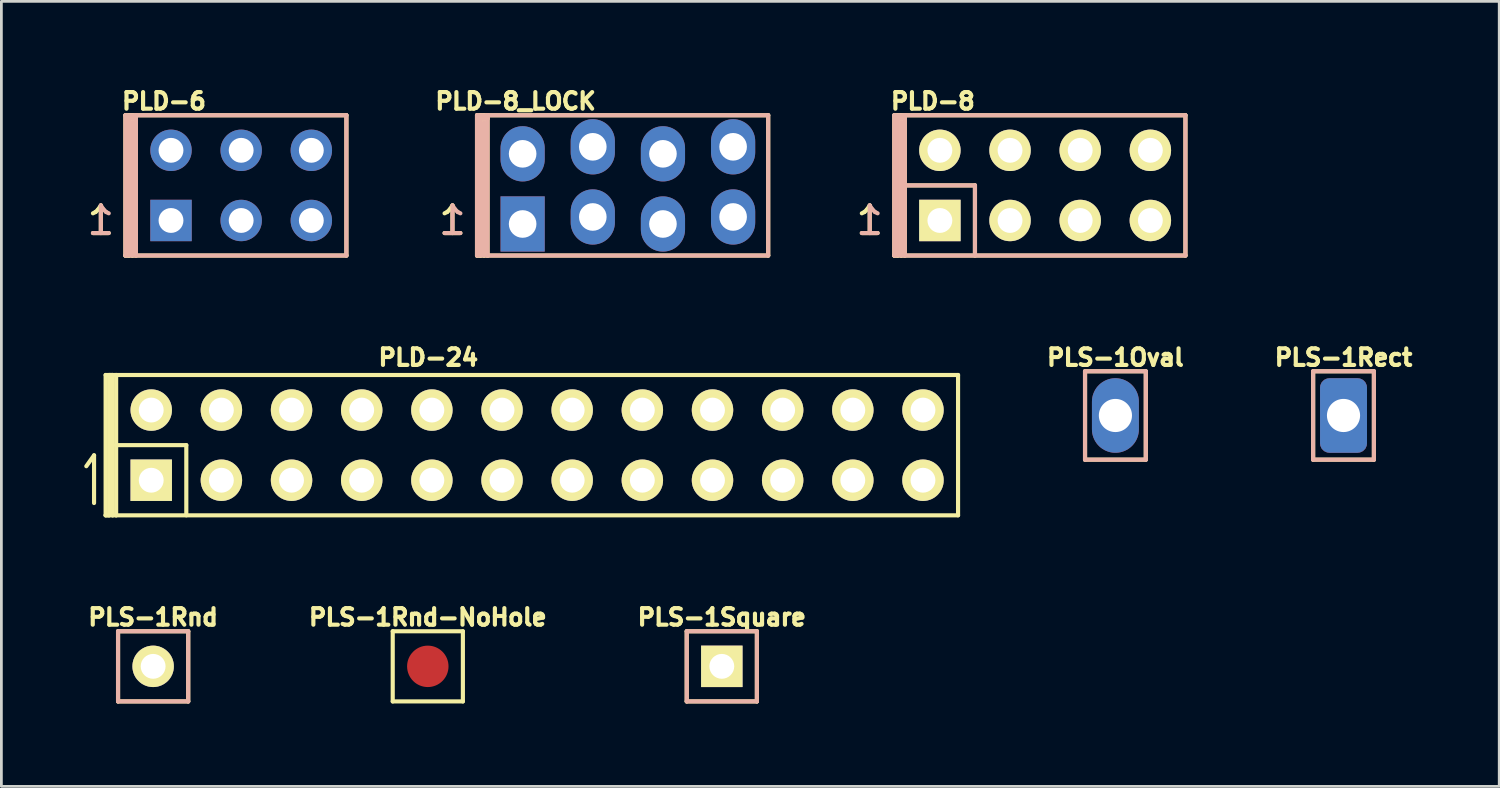
<source format=kicad_pcb>
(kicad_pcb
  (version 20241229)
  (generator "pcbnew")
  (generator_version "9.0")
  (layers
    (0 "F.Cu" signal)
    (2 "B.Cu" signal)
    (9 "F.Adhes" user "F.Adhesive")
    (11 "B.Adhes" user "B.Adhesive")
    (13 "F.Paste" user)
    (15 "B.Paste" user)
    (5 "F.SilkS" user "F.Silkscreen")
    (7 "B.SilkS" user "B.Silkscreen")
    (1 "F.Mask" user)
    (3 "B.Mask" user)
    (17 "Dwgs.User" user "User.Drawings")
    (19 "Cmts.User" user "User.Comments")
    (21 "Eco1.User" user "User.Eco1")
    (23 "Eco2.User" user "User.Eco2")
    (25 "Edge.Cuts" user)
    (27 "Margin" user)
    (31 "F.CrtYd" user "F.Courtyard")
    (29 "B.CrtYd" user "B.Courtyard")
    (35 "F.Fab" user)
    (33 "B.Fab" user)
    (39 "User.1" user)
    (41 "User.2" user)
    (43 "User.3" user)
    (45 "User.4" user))
  (footprint "PLS-1Oval"
    (layer "F.Cu")
    (at 37.332 11.992)
    (property "Reference" "PLS-1Oval" (at 0 -2.1 0) (layer "F.SilkS") (effects (font (size 0.6 0.6) (thickness 0.15))))
    (attr through_hole)
    (fp_line (start -1.1 -1.6) (end 1.1 -1.6) (stroke (width 0.15) (type solid)) (layer "F.SilkS"))
    (fp_line (start -1.1 1.6) (end -1.1 -1.6) (stroke (width 0.15) (type solid)) (layer "F.SilkS"))
    (fp_line (start 1.1 -1.6) (end 1.1 1.6) (stroke (width 0.15) (type solid)) (layer "F.SilkS"))
    (fp_line (start 1.1 1.6) (end -1.1 1.6) (stroke (width 0.15) (type solid)) (layer "F.SilkS"))
    (fp_line (start -1.1 -1.6) (end 1.1 -1.6) (stroke (width 0.15) (type solid)) (layer "B.SilkS"))
    (fp_line (start -1.1 1.6) (end -1.1 -1.6) (stroke (width 0.15) (type solid)) (layer "B.SilkS"))
    (fp_line (start 1.1 -1.6) (end 1.1 1.6) (stroke (width 0.15) (type solid)) (layer "B.SilkS"))
    (fp_line (start 1.1 1.6) (end -1.1 1.6) (stroke (width 0.15) (type solid)) (layer "B.SilkS"))
    (pad "1" thru_hole oval (at 0 0) (size 1.7 2.7) (drill 1.2) (layers "*.Cu" "*.Mask")))
  (footprint "PLS-1Square"
    (layer "F.Cu")
    (at 23.082 21.074)
    (property "Reference" "PLS-1Square" (at 0 -1.778 0) (layer "F.SilkS") (effects (font (size 0.6 0.6) (thickness 0.15))))
    (attr through_hole)
    (fp_line (start -1.27 -1.27) (end 1.27 -1.27) (stroke (width 0.15) (type solid)) (layer "F.SilkS"))
    (fp_line (start -1.27 1.27) (end -1.27 -1.27) (stroke (width 0.15) (type solid)) (layer "F.SilkS"))
    (fp_line (start 1.27 -1.27) (end 1.27 1.27) (stroke (width 0.15) (type solid)) (layer "F.SilkS"))
    (fp_line (start 1.27 1.27) (end -1.27 1.27) (stroke (width 0.15) (type solid)) (layer "F.SilkS"))
    (fp_line (start -1.27 -1.27) (end 1.27 -1.27) (stroke (width 0.15) (type solid)) (layer "B.SilkS"))
    (fp_line (start -1.27 1.27) (end -1.27 -1.27) (stroke (width 0.15) (type solid)) (layer "B.SilkS"))
    (fp_line (start 1.27 -1.27) (end 1.27 1.27) (stroke (width 0.15) (type solid)) (layer "B.SilkS"))
    (fp_line (start 1.27 1.27) (end -1.27 1.27) (stroke (width 0.15) (type solid)) (layer "B.SilkS"))
    (pad "1" thru_hole rect (at 0 0) (size 1.5 1.5) (drill 0.9) (layers "*.Cu" "*.Mask" "F.SilkS")))
  (footprint "PLS-1Rnd-NoHole"
    (layer "F.Cu")
    (at 12.438 21.074)
    (property "Reference" "PLS-1Rnd-NoHole" (at 0 -1.778 0) (layer "F.SilkS") (effects (font (size 0.6 0.6) (thickness 0.15))))
    (attr through_hole)
    (fp_line (start -1.27 -1.27) (end 1.27 -1.27) (stroke (width 0.15) (type solid)) (layer "F.SilkS"))
    (fp_line (start -1.27 1.27) (end -1.27 -1.27) (stroke (width 0.15) (type solid)) (layer "F.SilkS"))
    (fp_line (start 1.27 -1.27) (end 1.27 1.27) (stroke (width 0.15) (type solid)) (layer "F.SilkS"))
    (fp_line (start 1.27 1.27) (end -1.27 1.27) (stroke (width 0.15) (type solid)) (layer "F.SilkS"))
    (pad "1" smd circle (at 0 0) (size 1.5 1.5) (layers "F.Cu" "F.Mask" "F.Paste")))
  (footprint "PLD-8"
    (layer "F.Cu")
    (at 30.977 4.932)
    (property "Reference" "PLD-8" (at -0.254 -4.318 0) (layer "F.SilkS") (effects (font (size 0.6 0.6) (thickness 0.15))))
    (attr through_hole)
    (fp_line (start -1.651 -3.81) (end -1.27 -3.81) (stroke (width 0.15) (type solid)) (layer "F.SilkS"))
    (fp_line (start -1.651 1.27) (end -1.651 -3.81) (stroke (width 0.15) (type solid)) (layer "F.SilkS"))
    (fp_line (start -1.651 1.27) (end -1.397 1.27) (stroke (width 0.15) (type solid)) (layer "F.SilkS"))
    (fp_line (start -1.524 -3.81) (end -1.524 1.27) (stroke (width 0.15) (type solid)) (layer "F.SilkS"))
    (fp_line (start -1.524 1.27) (end -1.651 1.27) (stroke (width 0.15) (type solid)) (layer "F.SilkS"))
    (fp_line (start -1.397 -3.81) (end -1.524 -3.81) (stroke (width 0.15) (type solid)) (layer "F.SilkS"))
    (fp_line (start -1.397 1.27) (end -1.397 -3.81) (stroke (width 0.15) (type solid)) (layer "F.SilkS"))
    (fp_line (start -1.27 -3.81) (end -1.27 1.27) (stroke (width 0.15) (type solid)) (layer "F.SilkS"))
    (fp_line (start -1.27 -3.81) (end 8.89 -3.81) (stroke (width 0.15) (type solid)) (layer "F.SilkS"))
    (fp_line (start -1.27 1.27) (end -1.397 1.27) (stroke (width 0.15) (type solid)) (layer "F.SilkS"))
    (fp_line (start 1.27 -1.27) (end -1.27 -1.27) (stroke (width 0.15) (type solid)) (layer "F.SilkS"))
    (fp_line (start 1.27 1.27) (end 1.27 -1.27) (stroke (width 0.15) (type solid)) (layer "F.SilkS"))
    (fp_line (start 8.89 -3.81) (end 8.89 1.27) (stroke (width 0.15) (type solid)) (layer "F.SilkS"))
    (fp_line (start 8.89 1.27) (end -1.27 1.27) (stroke (width 0.15) (type solid)) (layer "F.SilkS"))
    (fp_line (start -1.651 -3.81) (end -1.27 -3.81) (stroke (width 0.15) (type solid)) (layer "B.SilkS"))
    (fp_line (start -1.651 1.27) (end -1.651 -3.81) (stroke (width 0.15) (type solid)) (layer "B.SilkS"))
    (fp_line (start -1.524 -3.683) (end -1.524 1.143) (stroke (width 0.15) (type solid)) (layer "B.SilkS"))
    (fp_line (start -1.524 1.143) (end -1.397 1.143) (stroke (width 0.15) (type solid)) (layer "B.SilkS"))
    (fp_line (start -1.397 1.143) (end -1.397 -3.556) (stroke (width 0.15) (type solid)) (layer "B.SilkS"))
    (fp_line (start -1.27 -3.81) (end -1.27 -3.683) (stroke (width 0.15) (type solid)) (layer "B.SilkS"))
    (fp_line (start -1.27 -3.81) (end 8.89 -3.81) (stroke (width 0.15) (type solid)) (layer "B.SilkS"))
    (fp_line (start -1.27 -3.683) (end -1.524 -3.683) (stroke (width 0.15) (type solid)) (layer "B.SilkS"))
    (fp_line (start -1.27 -1.27) (end 1.27 -1.27) (stroke (width 0.15) (type solid)) (layer "B.SilkS"))
    (fp_line (start -1.27 1.27) (end -1.651 1.27) (stroke (width 0.15) (type solid)) (layer "B.SilkS"))
    (fp_line (start -1.27 1.27) (end -1.27 -3.81) (stroke (width 0.15) (type solid)) (layer "B.SilkS"))
    (fp_line (start 1.27 -1.27) (end 1.27 1.27) (stroke (width 0.15) (type solid)) (layer "B.SilkS"))
    (fp_line (start 8.89 -3.81) (end 8.89 1.27) (stroke (width 0.15) (type solid)) (layer "B.SilkS"))
    (fp_line (start 8.89 1.27) (end -1.27 1.27) (stroke (width 0.15) (type solid)) (layer "B.SilkS"))
    (fp_text user "1" (at -2.54 0 0) (layer "F.SilkS") (effects (font (size 1 1) (thickness 0.15))))
    (fp_text user "1" (at -2.54 0 0) (layer "B.SilkS") (effects (font (size 1 1) (thickness 0.15)) (justify mirror)))
    (pad "1" thru_hole rect (at 0 0) (size 1.5 1.5) (drill 0.9) (layers "*.Cu" "*.Mask" "F.SilkS"))
    (pad "2" thru_hole circle (at 0 -2.54) (size 1.5 1.5) (drill 0.9) (layers "*.Cu" "*.Mask" "F.SilkS"))
    (pad "3" thru_hole circle (at 2.54 0) (size 1.5 1.5) (drill 0.9) (layers "*.Cu" "*.Mask" "F.SilkS"))
    (pad "4" thru_hole circle (at 2.54 -2.54) (size 1.5 1.5) (drill 0.9) (layers "*.Cu" "*.Mask" "F.SilkS"))
    (pad "5" thru_hole circle (at 5.08 0) (size 1.5 1.5) (drill 0.9) (layers "*.Cu" "*.Mask" "F.SilkS"))
    (pad "6" thru_hole circle (at 5.08 -2.54) (size 1.5 1.5) (drill 0.9) (layers "*.Cu" "*.Mask" "F.SilkS"))
    (pad "7" thru_hole circle (at 7.62 0) (size 1.5 1.5) (drill 0.9) (layers "*.Cu" "*.Mask" "F.SilkS"))
    (pad "8" thru_hole circle (at 7.62 -2.54) (size 1.5 1.5) (drill 0.9) (layers "*.Cu" "*.Mask" "F.SilkS")))
  (footprint "PLD-24"
    (layer "F.Cu")
    (at 16.395 13.066)
    (property "Reference" "PLD-24" (at -3.937 -3.175 0) (layer "F.SilkS") (effects (font (size 0.6 0.6) (thickness 0.15))))
    (attr through_hole)
    (fp_line (start -16.32 0.762) (end -16.04 0.368) (stroke (width 0.15) (type solid)) (layer "F.SilkS"))
    (fp_line (start -16.04 0.368) (end -16.04 2.095) (stroke (width 0.15) (type solid)) (layer "F.SilkS"))
    (fp_line (start -15.621 -2.54) (end -15.24 -2.54) (stroke (width 0.15) (type solid)) (layer "F.SilkS"))
    (fp_line (start -15.621 2.54) (end -15.621 -2.54) (stroke (width 0.15) (type solid)) (layer "F.SilkS"))
    (fp_line (start -15.621 2.54) (end -15.367 2.54) (stroke (width 0.15) (type solid)) (layer "F.SilkS"))
    (fp_line (start -15.494 -2.54) (end -15.494 2.54) (stroke (width 0.15) (type solid)) (layer "F.SilkS"))
    (fp_line (start -15.494 2.54) (end -15.621 2.54) (stroke (width 0.15) (type solid)) (layer "F.SilkS"))
    (fp_line (start -15.367 -2.54) (end -15.494 -2.54) (stroke (width 0.15) (type solid)) (layer "F.SilkS"))
    (fp_line (start -15.367 2.54) (end -15.367 -2.54) (stroke (width 0.15) (type solid)) (layer "F.SilkS"))
    (fp_line (start -15.24 -2.54) (end -15.24 2.54) (stroke (width 0.15) (type solid)) (layer "F.SilkS"))
    (fp_line (start -15.24 -2.54) (end 15.24 -2.54) (stroke (width 0.15) (type solid)) (layer "F.SilkS"))
    (fp_line (start -15.24 2.54) (end -15.367 2.54) (stroke (width 0.15) (type solid)) (layer "F.SilkS"))
    (fp_line (start -15.24 2.54) (end 15.24 2.54) (stroke (width 0.15) (type solid)) (layer "F.SilkS"))
    (fp_line (start -12.7 0) (end -15.24 0) (stroke (width 0.15) (type solid)) (layer "F.SilkS"))
    (fp_line (start -12.7 2.54) (end -12.7 0) (stroke (width 0.15) (type solid)) (layer "F.SilkS"))
    (fp_line (start 15.24 -2.54) (end 15.24 2.54) (stroke (width 0.15) (type solid)) (layer "F.SilkS"))
    (pad "1" thru_hole rect (at -13.97 1.27) (size 1.5 1.5) (drill 0.9) (layers "*.Cu" "*.Mask" "F.SilkS"))
    (pad "2" thru_hole circle (at -13.97 -1.27) (size 1.5 1.5) (drill 0.9) (layers "*.Cu" "*.Mask" "F.SilkS"))
    (pad "3" thru_hole circle (at -11.43 1.27) (size 1.5 1.5) (drill 0.9) (layers "*.Cu" "*.Mask" "F.SilkS"))
    (pad "4" thru_hole circle (at -11.43 -1.27) (size 1.5 1.5) (drill 0.9) (layers "*.Cu" "*.Mask" "F.SilkS"))
    (pad "5" thru_hole circle (at -8.89 1.27) (size 1.5 1.5) (drill 0.9) (layers "*.Cu" "*.Mask" "F.SilkS"))
    (pad "6" thru_hole circle (at -8.89 -1.27) (size 1.5 1.5) (drill 0.9) (layers "*.Cu" "*.Mask" "F.SilkS"))
    (pad "7" thru_hole circle (at -6.35 1.27) (size 1.5 1.5) (drill 0.9) (layers "*.Cu" "*.Mask" "F.SilkS"))
    (pad "8" thru_hole circle (at -6.35 -1.27) (size 1.5 1.5) (drill 0.9) (layers "*.Cu" "*.Mask" "F.SilkS"))
    (pad "9" thru_hole circle (at -3.81 1.27) (size 1.5 1.5) (drill 0.9) (layers "*.Cu" "*.Mask" "F.SilkS"))
    (pad "10" thru_hole circle (at -3.81 -1.27) (size 1.5 1.5) (drill 0.9) (layers "*.Cu" "*.Mask" "F.SilkS"))
    (pad "11" thru_hole circle (at -1.27 1.27) (size 1.5 1.5) (drill 0.9) (layers "*.Cu" "*.Mask" "F.SilkS"))
    (pad "12" thru_hole circle (at -1.27 -1.27) (size 1.5 1.5) (drill 0.9) (layers "*.Cu" "*.Mask" "F.SilkS"))
    (pad "13" thru_hole circle (at 1.27 1.27) (size 1.5 1.5) (drill 0.9) (layers "*.Cu" "*.Mask" "F.SilkS"))
    (pad "14" thru_hole circle (at 1.27 -1.27) (size 1.5 1.5) (drill 0.9) (layers "*.Cu" "*.Mask" "F.SilkS"))
    (pad "15" thru_hole circle (at 3.81 1.27) (size 1.5 1.5) (drill 0.9) (layers "*.Cu" "*.Mask" "F.SilkS"))
    (pad "16" thru_hole circle (at 3.81 -1.27) (size 1.5 1.5) (drill 0.9) (layers "*.Cu" "*.Mask" "F.SilkS"))
    (pad "17" thru_hole circle (at 6.35 1.27) (size 1.5 1.5) (drill 0.9) (layers "*.Cu" "*.Mask" "F.SilkS"))
    (pad "18" thru_hole circle (at 6.35 -1.27) (size 1.5 1.5) (drill 0.9) (layers "*.Cu" "*.Mask" "F.SilkS"))
    (pad "19" thru_hole circle (at 8.89 1.27) (size 1.5 1.5) (drill 0.9) (layers "*.Cu" "*.Mask" "F.SilkS"))
    (pad "20" thru_hole circle (at 8.89 -1.27) (size 1.5 1.5) (drill 0.9) (layers "*.Cu" "*.Mask" "F.SilkS"))
    (pad "21" thru_hole circle (at 11.43 1.27) (size 1.5 1.5) (drill 0.9) (layers "*.Cu" "*.Mask" "F.SilkS"))
    (pad "22" thru_hole circle (at 11.43 -1.27) (size 1.5 1.5) (drill 0.9) (layers "*.Cu" "*.Mask" "F.SilkS"))
    (pad "23" thru_hole circle (at 13.97 1.27) (size 1.5 1.5) (drill 0.9) (layers "*.Cu" "*.Mask" "F.SilkS"))
    (pad "24" thru_hole circle (at 13.97 -1.27) (size 1.5 1.5) (drill 0.9) (layers "*.Cu" "*.Mask" "F.SilkS")))
  (footprint "PLS-1Rnd"
    (layer "F.Cu")
    (at 2.494 21.074)
    (property "Reference" "PLS-1Rnd" (at 0 -1.778 0) (layer "F.SilkS") (effects (font (size 0.6 0.6) (thickness 0.15))))
    (attr through_hole)
    (fp_line (start -1.27 -1.27) (end 1.27 -1.27) (stroke (width 0.15) (type solid)) (layer "F.SilkS"))
    (fp_line (start -1.27 1.27) (end -1.27 -1.27) (stroke (width 0.15) (type solid)) (layer "F.SilkS"))
    (fp_line (start 1.27 -1.27) (end 1.27 1.27) (stroke (width 0.15) (type solid)) (layer "F.SilkS"))
    (fp_line (start 1.27 1.27) (end -1.27 1.27) (stroke (width 0.15) (type solid)) (layer "F.SilkS"))
    (fp_line (start -1.27 -1.27) (end 1.27 -1.27) (stroke (width 0.15) (type solid)) (layer "B.SilkS"))
    (fp_line (start -1.27 1.27) (end -1.27 -1.27) (stroke (width 0.15) (type solid)) (layer "B.SilkS"))
    (fp_line (start 1.27 -1.27) (end 1.27 1.27) (stroke (width 0.15) (type solid)) (layer "B.SilkS"))
    (fp_line (start 1.27 1.27) (end -1.27 1.27) (stroke (width 0.15) (type solid)) (layer "B.SilkS"))
    (pad "1" thru_hole circle (at 0 0) (size 1.5 1.5) (drill 0.9) (layers "*.Cu" "*.Mask" "F.SilkS")))
  (footprint "PLS-1Rect"
    (layer "F.Cu")
    (at 45.59 11.992)
    (property "Reference" "PLS-1Rect" (at 0 -2.1 0) (layer "F.SilkS") (effects (font (size 0.6 0.6) (thickness 0.15))))
    (attr through_hole)
    (fp_line (start -1.1 -1.6) (end 1.1 -1.6) (stroke (width 0.15) (type solid)) (layer "F.SilkS"))
    (fp_line (start -1.1 1.6) (end -1.1 -1.6) (stroke (width 0.15) (type solid)) (layer "F.SilkS"))
    (fp_line (start 1.1 -1.6) (end 1.1 1.6) (stroke (width 0.15) (type solid)) (layer "F.SilkS"))
    (fp_line (start 1.1 1.6) (end -1.1 1.6) (stroke (width 0.15) (type solid)) (layer "F.SilkS"))
    (fp_line (start -1.1 -1.6) (end 1.1 -1.6) (stroke (width 0.15) (type solid)) (layer "B.SilkS"))
    (fp_line (start -1.1 1.6) (end -1.1 -1.6) (stroke (width 0.15) (type solid)) (layer "B.SilkS"))
    (fp_line (start 1.1 -1.6) (end 1.1 1.6) (stroke (width 0.15) (type solid)) (layer "B.SilkS"))
    (fp_line (start 1.1 1.6) (end -1.1 1.6) (stroke (width 0.15) (type solid)) (layer "B.SilkS"))
    (pad "1" thru_hole roundrect (at 0 0) (size 1.7 2.7) (drill 1.2) (layers "*.Cu" "*.Mask") (roundrect_rratio 0.2)))
  (footprint "PLD-6"
    (layer "F.Cu")
    (at 5.681 3.662)
    (property "Reference" "PLD-6" (at -2.794 -3.048 0) (layer "F.SilkS") (effects (font (size 0.6 0.6) (thickness 0.15))))
    (attr through_hole)
    (fp_line (start -4.191 -2.54) (end -3.81 -2.54) (stroke (width 0.15) (type solid)) (layer "F.SilkS"))
    (fp_line (start -4.191 2.54) (end -4.191 -2.54) (stroke (width 0.15) (type solid)) (layer "F.SilkS"))
    (fp_line (start -4.191 2.54) (end -3.937 2.54) (stroke (width 0.15) (type solid)) (layer "F.SilkS"))
    (fp_line (start -4.064 -2.54) (end -4.064 2.54) (stroke (width 0.15) (type solid)) (layer "F.SilkS"))
    (fp_line (start -4.064 2.54) (end -4.191 2.54) (stroke (width 0.15) (type solid)) (layer "F.SilkS"))
    (fp_line (start -3.937 -2.54) (end -4.064 -2.54) (stroke (width 0.15) (type solid)) (layer "F.SilkS"))
    (fp_line (start -3.937 2.54) (end -3.937 -2.54) (stroke (width 0.15) (type solid)) (layer "F.SilkS"))
    (fp_line (start -3.81 -2.54) (end -3.81 2.54) (stroke (width 0.15) (type solid)) (layer "F.SilkS"))
    (fp_line (start -3.81 -2.54) (end 3.81 -2.54) (stroke (width 0.15) (type solid)) (layer "F.SilkS"))
    (fp_line (start -3.81 2.54) (end -3.937 2.54) (stroke (width 0.15) (type solid)) (layer "F.SilkS"))
    (fp_line (start 3.81 -2.54) (end 3.81 2.54) (stroke (width 0.15) (type solid)) (layer "F.SilkS"))
    (fp_line (start 3.81 2.54) (end -3.81 2.54) (stroke (width 0.15) (type solid)) (layer "F.SilkS"))
    (fp_line (start -4.191 -2.54) (end -3.81 -2.54) (stroke (width 0.15) (type solid)) (layer "B.SilkS"))
    (fp_line (start -4.191 2.54) (end -4.191 -2.54) (stroke (width 0.15) (type solid)) (layer "B.SilkS"))
    (fp_line (start -4.064 -2.413) (end -4.064 2.413) (stroke (width 0.15) (type solid)) (layer "B.SilkS"))
    (fp_line (start -4.064 2.413) (end -3.937 2.413) (stroke (width 0.15) (type solid)) (layer "B.SilkS"))
    (fp_line (start -3.937 2.413) (end -3.937 -2.286) (stroke (width 0.15) (type solid)) (layer "B.SilkS"))
    (fp_line (start -3.81 -2.54) (end -3.81 -2.413) (stroke (width 0.15) (type solid)) (layer "B.SilkS"))
    (fp_line (start -3.81 -2.54) (end 3.81 -2.54) (stroke (width 0.15) (type solid)) (layer "B.SilkS"))
    (fp_line (start -3.81 -2.413) (end -4.064 -2.413) (stroke (width 0.15) (type solid)) (layer "B.SilkS"))
    (fp_line (start -3.81 2.54) (end -4.191 2.54) (stroke (width 0.15) (type solid)) (layer "B.SilkS"))
    (fp_line (start -3.81 2.54) (end -3.81 -2.54) (stroke (width 0.15) (type solid)) (layer "B.SilkS"))
    (fp_line (start 3.81 -2.54) (end 3.81 2.54) (stroke (width 0.15) (type solid)) (layer "B.SilkS"))
    (fp_line (start 3.81 2.54) (end -3.81 2.54) (stroke (width 0.15) (type solid)) (layer "B.SilkS"))
    (fp_text user "1" (at -5.08 1.27 0) (layer "F.SilkS") (effects (font (size 1 1) (thickness 0.15))))
    (fp_text user "1" (at -5.08 1.27 0) (layer "B.SilkS") (effects (font (size 1 1) (thickness 0.15)) (justify mirror)))
    (pad "1" thru_hole rect (at -2.54 1.27) (size 1.5 1.5) (drill 0.9) (layers "*.Cu" "*.Mask"))
    (pad "2" thru_hole circle (at -2.54 -1.27) (size 1.5 1.5) (drill 0.9) (layers "*.Cu" "*.Mask"))
    (pad "3" thru_hole circle (at 0 1.27) (size 1.5 1.5) (drill 0.9) (layers "*.Cu" "*.Mask"))
    (pad "4" thru_hole circle (at 0 -1.27) (size 1.5 1.5) (drill 0.9) (layers "*.Cu" "*.Mask"))
    (pad "5" thru_hole circle (at 2.54 1.27) (size 1.5 1.5) (drill 0.9) (layers "*.Cu" "*.Mask"))
    (pad "6" thru_hole circle (at 2.54 -1.27) (size 1.5 1.5) (drill 0.9) (layers "*.Cu" "*.Mask")))
  (footprint "PLD-8_LOCK"
    (layer "F.Cu")
    (at 15.871 4.932)
    (property "Reference" "PLD-8_LOCK" (at -0.254 -4.318 0) (layer "F.SilkS") (effects (font (size 0.6 0.6) (thickness 0.15))))
    (attr through_hole)
    (fp_line (start -1.651 -3.81) (end -1.27 -3.81) (stroke (width 0.15) (type solid)) (layer "F.SilkS"))
    (fp_line (start -1.651 1.27) (end -1.651 -3.81) (stroke (width 0.15) (type solid)) (layer "F.SilkS"))
    (fp_line (start -1.651 1.27) (end -1.397 1.27) (stroke (width 0.15) (type solid)) (layer "F.SilkS"))
    (fp_line (start -1.524 -3.81) (end -1.524 1.27) (stroke (width 0.15) (type solid)) (layer "F.SilkS"))
    (fp_line (start -1.524 1.27) (end -1.651 1.27) (stroke (width 0.15) (type solid)) (layer "F.SilkS"))
    (fp_line (start -1.397 -3.81) (end -1.524 -3.81) (stroke (width 0.15) (type solid)) (layer "F.SilkS"))
    (fp_line (start -1.397 1.27) (end -1.397 -3.81) (stroke (width 0.15) (type solid)) (layer "F.SilkS"))
    (fp_line (start -1.27 -3.81) (end -1.27 1.27) (stroke (width 0.15) (type solid)) (layer "F.SilkS"))
    (fp_line (start -1.27 -3.81) (end 8.89 -3.81) (stroke (width 0.15) (type solid)) (layer "F.SilkS"))
    (fp_line (start -1.27 1.27) (end -1.397 1.27) (stroke (width 0.15) (type solid)) (layer "F.SilkS"))
    (fp_line (start 8.89 -3.81) (end 8.89 1.27) (stroke (width 0.15) (type solid)) (layer "F.SilkS"))
    (fp_line (start 8.89 1.27) (end -1.27 1.27) (stroke (width 0.15) (type solid)) (layer "F.SilkS"))
    (fp_line (start -1.651 -3.81) (end -1.27 -3.81) (stroke (width 0.15) (type solid)) (layer "B.SilkS"))
    (fp_line (start -1.651 1.27) (end -1.651 -3.81) (stroke (width 0.15) (type solid)) (layer "B.SilkS"))
    (fp_line (start -1.524 -3.683) (end -1.524 1.143) (stroke (width 0.15) (type solid)) (layer "B.SilkS"))
    (fp_line (start -1.524 1.143) (end -1.397 1.143) (stroke (width 0.15) (type solid)) (layer "B.SilkS"))
    (fp_line (start -1.397 1.143) (end -1.397 -3.556) (stroke (width 0.15) (type solid)) (layer "B.SilkS"))
    (fp_line (start -1.27 -3.81) (end -1.27 -3.683) (stroke (width 0.15) (type solid)) (layer "B.SilkS"))
    (fp_line (start -1.27 -3.81) (end 8.89 -3.81) (stroke (width 0.15) (type solid)) (layer "B.SilkS"))
    (fp_line (start -1.27 -3.683) (end -1.524 -3.683) (stroke (width 0.15) (type solid)) (layer "B.SilkS"))
    (fp_line (start -1.27 1.27) (end -1.651 1.27) (stroke (width 0.15) (type solid)) (layer "B.SilkS"))
    (fp_line (start -1.27 1.27) (end -1.27 -3.81) (stroke (width 0.15) (type solid)) (layer "B.SilkS"))
    (fp_line (start 8.89 -3.81) (end 8.89 1.27) (stroke (width 0.15) (type solid)) (layer "B.SilkS"))
    (fp_line (start 8.89 1.27) (end -1.27 1.27) (stroke (width 0.15) (type solid)) (layer "B.SilkS"))
    (fp_text user "1" (at -2.54 0 0) (layer "F.SilkS") (effects (font (size 1 1) (thickness 0.15))))
    (fp_text user "1" (at -2.54 0 0) (layer "B.SilkS") (effects (font (size 1 1) (thickness 0.15)) (justify mirror)))
    (pad "1" thru_hole rect (at 0 0.127) (size 1.6 2) (drill 1) (layers "*.Cu" "*.Mask"))
    (pad "2" thru_hole oval (at 0 -2.413) (size 1.6 2) (drill 1) (layers "*.Cu" "*.Mask"))
    (pad "3" thru_hole oval (at 2.54 -0.127) (size 1.6 2) (drill 1) (layers "*.Cu" "*.Mask"))
    (pad "4" thru_hole oval (at 2.54 -2.667) (size 1.6 2) (drill 1) (layers "*.Cu" "*.Mask"))
    (pad "5" thru_hole oval (at 5.08 0.127) (size 1.6 2) (drill 1) (layers "*.Cu" "*.Mask"))
    (pad "6" thru_hole oval (at 5.08 -2.413) (size 1.6 2) (drill 1) (layers "*.Cu" "*.Mask"))
    (pad "7" thru_hole oval (at 7.62 -0.127) (size 1.6 2) (drill 1) (layers "*.Cu" "*.Mask"))
    (pad "8" thru_hole oval (at 7.62 -2.667) (size 1.6 2) (drill 1) (layers "*.Cu" "*.Mask")))
  (gr_rect
    (start -3 -3)
    (end 51.227 25.419)
    (stroke (width 0.1) (type default))
    (fill no)
    (layer "Edge.Cuts")))
</source>
